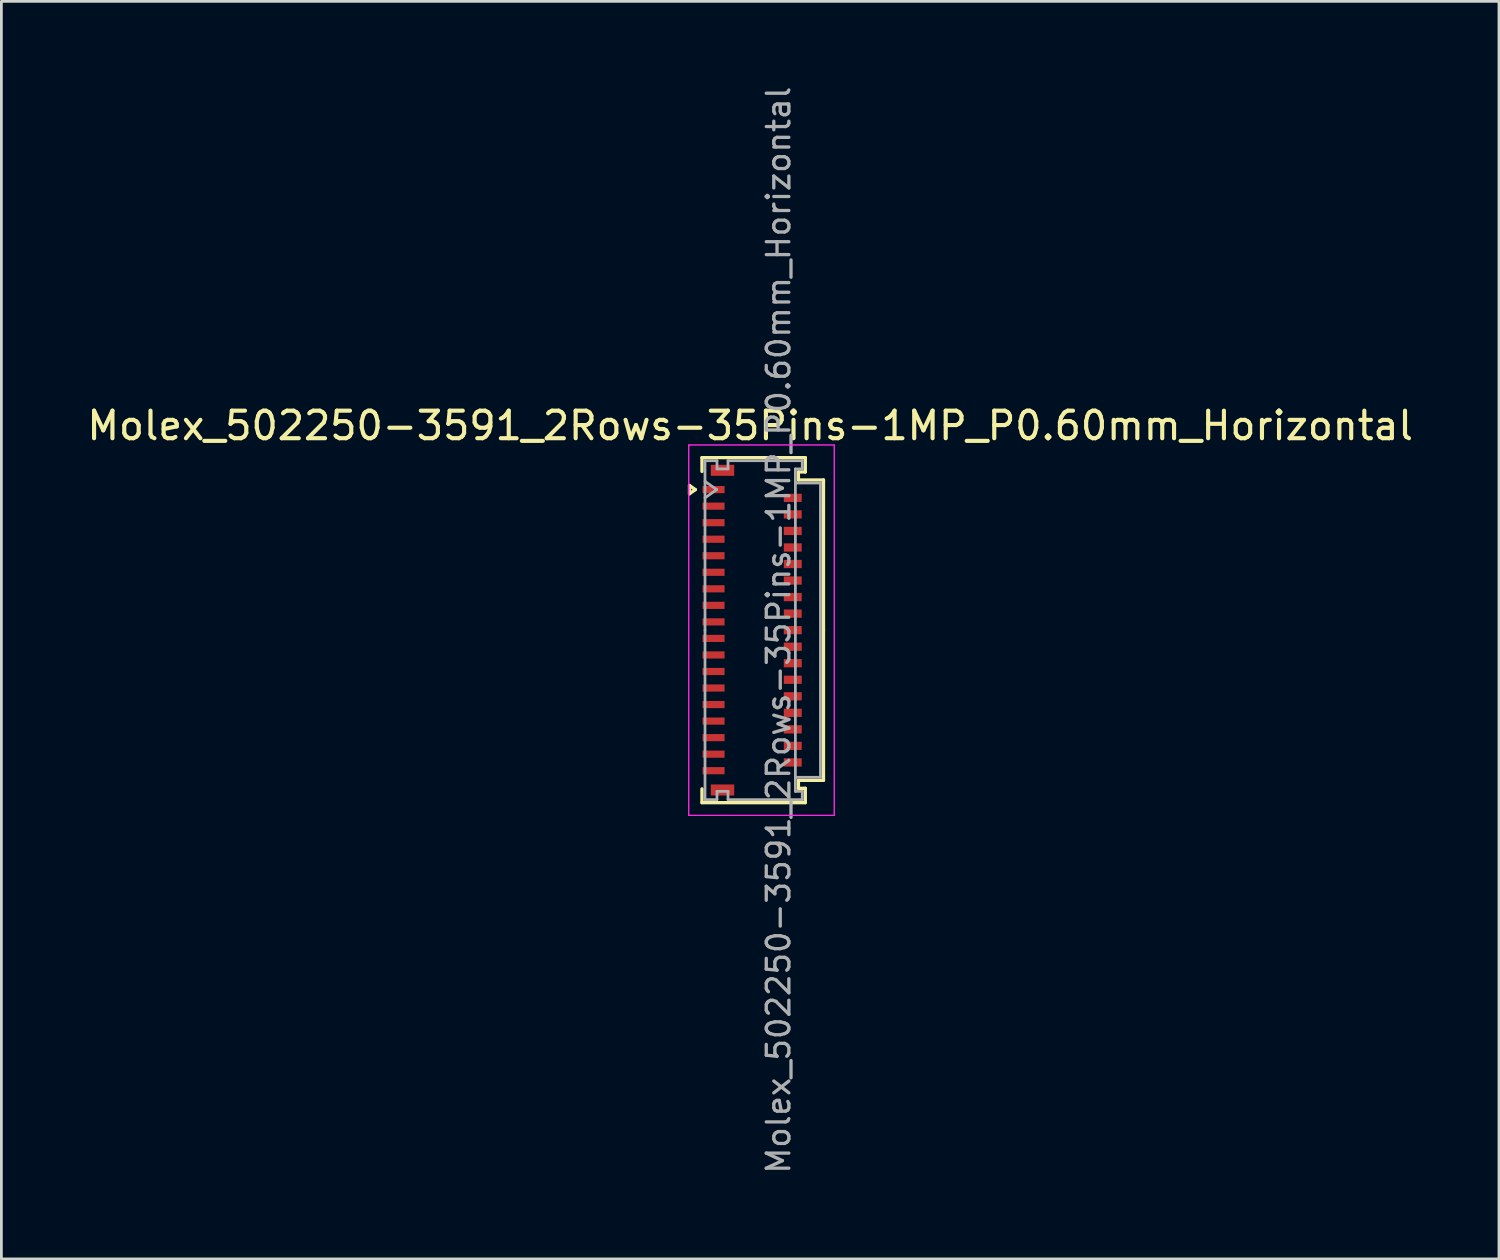
<source format=kicad_pcb>
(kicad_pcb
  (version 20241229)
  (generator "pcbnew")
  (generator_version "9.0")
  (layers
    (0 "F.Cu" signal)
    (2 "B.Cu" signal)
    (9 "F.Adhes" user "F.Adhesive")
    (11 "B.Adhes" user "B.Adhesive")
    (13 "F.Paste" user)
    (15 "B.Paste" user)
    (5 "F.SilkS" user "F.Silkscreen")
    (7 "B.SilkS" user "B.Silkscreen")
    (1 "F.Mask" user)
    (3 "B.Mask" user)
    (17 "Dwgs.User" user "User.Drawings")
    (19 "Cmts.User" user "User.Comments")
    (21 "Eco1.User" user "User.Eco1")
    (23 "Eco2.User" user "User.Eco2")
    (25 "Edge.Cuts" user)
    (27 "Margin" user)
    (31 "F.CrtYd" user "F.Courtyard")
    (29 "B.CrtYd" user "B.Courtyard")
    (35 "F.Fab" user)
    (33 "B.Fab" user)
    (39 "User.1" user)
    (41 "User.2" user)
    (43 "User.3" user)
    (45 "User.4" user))
  (footprint "Molex_502250-3591_2Rows-35Pins-1MP_P0.60mm_Horizontal"
    (layer "F.Cu")
    (at 24.243 19.817)
    (property "Reference" "Molex_502250-3591_2Rows-35Pins-1MP_P0.60mm_Horizontal" (at -0.07 -7.42 0) (layer "F.SilkS") (effects (font (size 1 1) (thickness 0.15))))
    (attr smd)
    (fp_line (start -2.272 -5.25) (end -2.06 -5.1) (stroke (width 0.12) (type solid)) (layer "F.SilkS"))
    (fp_line (start -2.272 -4.95) (end -2.272 -5.25) (stroke (width 0.12) (type solid)) (layer "F.SilkS"))
    (fp_line (start -2.06 -5.1) (end -2.272 -4.95) (stroke (width 0.12) (type solid)) (layer "F.SilkS"))
    (fp_line (start -1.82 -6.26) (end 1.93 -6.26) (stroke (width 0.12) (type solid)) (layer "F.SilkS"))
    (fp_line (start -1.82 -5.76) (end -1.82 -6.26) (stroke (width 0.12) (type solid)) (layer "F.SilkS"))
    (fp_line (start -1.82 5.76) (end -1.82 6.26) (stroke (width 0.12) (type solid)) (layer "F.SilkS"))
    (fp_line (start -1.82 6.26) (end 1.93 6.26) (stroke (width 0.12) (type solid)) (layer "F.SilkS"))
    (fp_line (start 1.68 -5.74) (end 1.68 -5.45) (stroke (width 0.12) (type solid)) (layer "F.SilkS"))
    (fp_line (start 1.68 -5.45) (end 2.59 -5.45) (stroke (width 0.12) (type solid)) (layer "F.SilkS"))
    (fp_line (start 1.68 5.45) (end 2.59 5.45) (stroke (width 0.12) (type solid)) (layer "F.SilkS"))
    (fp_line (start 1.68 5.74) (end 1.68 5.45) (stroke (width 0.12) (type solid)) (layer "F.SilkS"))
    (fp_line (start 1.93 -6.26) (end 1.93 -5.74) (stroke (width 0.12) (type solid)) (layer "F.SilkS"))
    (fp_line (start 1.93 -5.74) (end 1.68 -5.74) (stroke (width 0.12) (type solid)) (layer "F.SilkS"))
    (fp_line (start 1.93 5.74) (end 1.68 5.74) (stroke (width 0.12) (type solid)) (layer "F.SilkS"))
    (fp_line (start 1.93 6.26) (end 1.93 5.74) (stroke (width 0.12) (type solid)) (layer "F.SilkS"))
    (fp_line (start 2.59 -5.45) (end 2.59 0) (stroke (width 0.12) (type solid)) (layer "F.SilkS"))
    (fp_line (start 2.59 5.45) (end 2.59 0) (stroke (width 0.12) (type solid)) (layer "F.SilkS"))
    (fp_line (start -2.3 -6.72) (end -2.3 6.72) (stroke (width 0.05) (type solid)) (layer "F.CrtYd"))
    (fp_line (start -2.3 6.72) (end 2.98 6.72) (stroke (width 0.05) (type solid)) (layer "F.CrtYd"))
    (fp_line (start 2.98 -6.72) (end -2.3 -6.72) (stroke (width 0.05) (type solid)) (layer "F.CrtYd"))
    (fp_line (start 2.98 6.72) (end 2.98 -6.72) (stroke (width 0.05) (type solid)) (layer "F.CrtYd"))
    (fp_line (start -1.71 -6.15) (end -1.275 -6.15) (stroke (width 0.1) (type solid)) (layer "F.Fab"))
    (fp_line (start -1.71 -5.4) (end -1.286 -5.1) (stroke (width 0.1) (type solid)) (layer "F.Fab"))
    (fp_line (start -1.71 0) (end -1.71 -6.15) (stroke (width 0.1) (type solid)) (layer "F.Fab"))
    (fp_line (start -1.71 0) (end -1.71 6.15) (stroke (width 0.1) (type solid)) (layer "F.Fab"))
    (fp_line (start -1.71 6.15) (end -1.275 6.15) (stroke (width 0.1) (type solid)) (layer "F.Fab"))
    (fp_line (start -1.286 -5.1) (end -1.71 -4.8) (stroke (width 0.1) (type solid)) (layer "F.Fab"))
    (fp_line (start -1.275 -6.15) (end -1.275 -5.85) (stroke (width 0.1) (type solid)) (layer "F.Fab"))
    (fp_line (start -1.275 -5.85) (end -0.875 -5.85) (stroke (width 0.1) (type solid)) (layer "F.Fab"))
    (fp_line (start -1.275 5.85) (end -0.875 5.85) (stroke (width 0.1) (type solid)) (layer "F.Fab"))
    (fp_line (start -1.275 6.15) (end -1.275 5.85) (stroke (width 0.1) (type solid)) (layer "F.Fab"))
    (fp_line (start -0.875 -6.15) (end 1.82 -6.15) (stroke (width 0.1) (type solid)) (layer "F.Fab"))
    (fp_line (start -0.875 -5.85) (end -0.875 -6.15) (stroke (width 0.1) (type solid)) (layer "F.Fab"))
    (fp_line (start -0.875 5.85) (end -0.875 6.15) (stroke (width 0.1) (type solid)) (layer "F.Fab"))
    (fp_line (start -0.875 6.15) (end 1.82 6.15) (stroke (width 0.1) (type solid)) (layer "F.Fab"))
    (fp_line (start 1.57 -5.85) (end 1.57 0) (stroke (width 0.1) (type solid)) (layer "F.Fab"))
    (fp_line (start 1.57 -5.34) (end 2.48 -5.34) (stroke (width 0.1) (type solid)) (layer "F.Fab"))
    (fp_line (start 1.57 5.85) (end 1.57 0) (stroke (width 0.1) (type solid)) (layer "F.Fab"))
    (fp_line (start 1.82 -6.15) (end 1.82 -5.85) (stroke (width 0.1) (type solid)) (layer "F.Fab"))
    (fp_line (start 1.82 -5.85) (end 1.57 -5.85) (stroke (width 0.1) (type solid)) (layer "F.Fab"))
    (fp_line (start 1.82 5.85) (end 1.57 5.85) (stroke (width 0.1) (type solid)) (layer "F.Fab"))
    (fp_line (start 1.82 6.15) (end 1.82 5.85) (stroke (width 0.1) (type solid)) (layer "F.Fab"))
    (fp_line (start 2.48 -5.34) (end 2.48 5.34) (stroke (width 0.1) (type solid)) (layer "F.Fab"))
    (fp_line (start 2.48 5.34) (end 1.57 5.34) (stroke (width 0.1) (type solid)) (layer "F.Fab"))
    (fp_text user "${REFERENCE}" (at 0.96 0 90) (layer "F.Fab") (effects (font (size 0.82 0.82) (thickness 0.12))))
    (pad "1" smd rect (at -1.4 -5.1) (size 0.8 0.26) (layers "F.Cu" "F.Mask" "F.Paste"))
    (pad "2" smd rect (at 1.475 -4.8) (size 0.65 0.3) (layers "F.Cu" "F.Mask" "F.Paste"))
    (pad "3" smd rect (at -1.4 -4.5) (size 0.8 0.26) (layers "F.Cu" "F.Mask" "F.Paste"))
    (pad "4" smd rect (at 1.475 -4.2) (size 0.65 0.3) (layers "F.Cu" "F.Mask" "F.Paste"))
    (pad "5" smd rect (at -1.4 -3.9) (size 0.8 0.26) (layers "F.Cu" "F.Mask" "F.Paste"))
    (pad "6" smd rect (at 1.475 -3.6) (size 0.65 0.3) (layers "F.Cu" "F.Mask" "F.Paste"))
    (pad "7" smd rect (at -1.4 -3.3) (size 0.8 0.26) (layers "F.Cu" "F.Mask" "F.Paste"))
    (pad "8" smd rect (at 1.475 -3) (size 0.65 0.3) (layers "F.Cu" "F.Mask" "F.Paste"))
    (pad "9" smd rect (at -1.4 -2.7) (size 0.8 0.26) (layers "F.Cu" "F.Mask" "F.Paste"))
    (pad "10" smd rect (at 1.475 -2.4) (size 0.65 0.3) (layers "F.Cu" "F.Mask" "F.Paste"))
    (pad "11" smd rect (at -1.4 -2.1) (size 0.8 0.26) (layers "F.Cu" "F.Mask" "F.Paste"))
    (pad "12" smd rect (at 1.475 -1.8) (size 0.65 0.3) (layers "F.Cu" "F.Mask" "F.Paste"))
    (pad "13" smd rect (at -1.4 -1.5) (size 0.8 0.26) (layers "F.Cu" "F.Mask" "F.Paste"))
    (pad "14" smd rect (at 1.475 -1.2) (size 0.65 0.3) (layers "F.Cu" "F.Mask" "F.Paste"))
    (pad "15" smd rect (at -1.4 -0.9) (size 0.8 0.26) (layers "F.Cu" "F.Mask" "F.Paste"))
    (pad "16" smd rect (at 1.475 -0.6) (size 0.65 0.3) (layers "F.Cu" "F.Mask" "F.Paste"))
    (pad "17" smd rect (at -1.4 -0.3) (size 0.8 0.26) (layers "F.Cu" "F.Mask" "F.Paste"))
    (pad "18" smd rect (at 1.475 0) (size 0.65 0.3) (layers "F.Cu" "F.Mask" "F.Paste"))
    (pad "19" smd rect (at -1.4 0.3) (size 0.8 0.26) (layers "F.Cu" "F.Mask" "F.Paste"))
    (pad "20" smd rect (at 1.475 0.6) (size 0.65 0.3) (layers "F.Cu" "F.Mask" "F.Paste"))
    (pad "21" smd rect (at -1.4 0.9) (size 0.8 0.26) (layers "F.Cu" "F.Mask" "F.Paste"))
    (pad "22" smd rect (at 1.475 1.2) (size 0.65 0.3) (layers "F.Cu" "F.Mask" "F.Paste"))
    (pad "23" smd rect (at -1.4 1.5) (size 0.8 0.26) (layers "F.Cu" "F.Mask" "F.Paste"))
    (pad "24" smd rect (at 1.475 1.8) (size 0.65 0.3) (layers "F.Cu" "F.Mask" "F.Paste"))
    (pad "25" smd rect (at -1.4 2.1) (size 0.8 0.26) (layers "F.Cu" "F.Mask" "F.Paste"))
    (pad "26" smd rect (at 1.475 2.4) (size 0.65 0.3) (layers "F.Cu" "F.Mask" "F.Paste"))
    (pad "27" smd rect (at -1.4 2.7) (size 0.8 0.26) (layers "F.Cu" "F.Mask" "F.Paste"))
    (pad "28" smd rect (at 1.475 3) (size 0.65 0.3) (layers "F.Cu" "F.Mask" "F.Paste"))
    (pad "29" smd rect (at -1.4 3.3) (size 0.8 0.26) (layers "F.Cu" "F.Mask" "F.Paste"))
    (pad "30" smd rect (at 1.475 3.6) (size 0.65 0.3) (layers "F.Cu" "F.Mask" "F.Paste"))
    (pad "31" smd rect (at -1.4 3.9) (size 0.8 0.26) (layers "F.Cu" "F.Mask" "F.Paste"))
    (pad "32" smd rect (at 1.475 4.2) (size 0.65 0.3) (layers "F.Cu" "F.Mask" "F.Paste"))
    (pad "33" smd rect (at -1.4 4.5) (size 0.8 0.26) (layers "F.Cu" "F.Mask" "F.Paste"))
    (pad "34" smd rect (at 1.475 4.8) (size 0.65 0.3) (layers "F.Cu" "F.Mask" "F.Paste"))
    (pad "35" smd rect (at -1.4 5.1) (size 0.8 0.26) (layers "F.Cu" "F.Mask" "F.Paste"))
    (pad "MP" smd rect (at -1.075 -5.8) (size 0.85 0.4) (layers "F.Cu" "F.Mask" "F.Paste"))
    (pad "MP" smd rect (at -1.075 5.8) (size 0.85 0.4) (layers "F.Cu" "F.Mask" "F.Paste")))
  (gr_rect
    (start -3 -3)
    (end 51.345 42.634)
    (stroke (width 0.1) (type default))
    (fill no)
    (layer "Edge.Cuts")))
</source>
